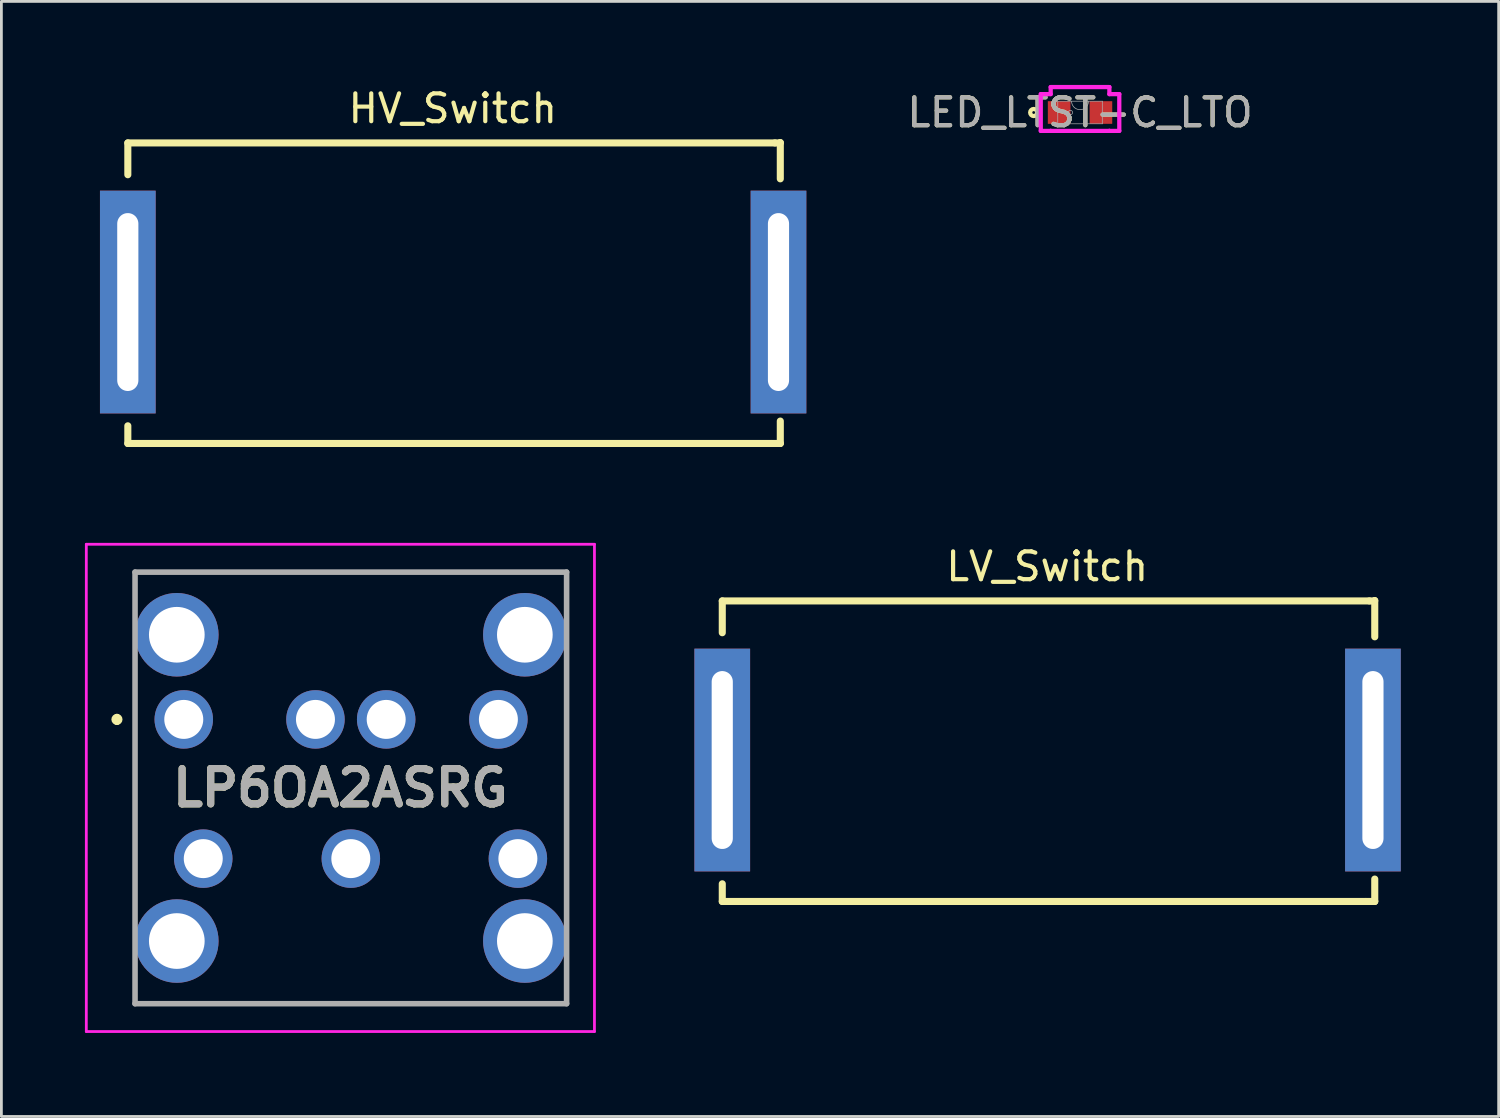
<source format=kicad_pcb>
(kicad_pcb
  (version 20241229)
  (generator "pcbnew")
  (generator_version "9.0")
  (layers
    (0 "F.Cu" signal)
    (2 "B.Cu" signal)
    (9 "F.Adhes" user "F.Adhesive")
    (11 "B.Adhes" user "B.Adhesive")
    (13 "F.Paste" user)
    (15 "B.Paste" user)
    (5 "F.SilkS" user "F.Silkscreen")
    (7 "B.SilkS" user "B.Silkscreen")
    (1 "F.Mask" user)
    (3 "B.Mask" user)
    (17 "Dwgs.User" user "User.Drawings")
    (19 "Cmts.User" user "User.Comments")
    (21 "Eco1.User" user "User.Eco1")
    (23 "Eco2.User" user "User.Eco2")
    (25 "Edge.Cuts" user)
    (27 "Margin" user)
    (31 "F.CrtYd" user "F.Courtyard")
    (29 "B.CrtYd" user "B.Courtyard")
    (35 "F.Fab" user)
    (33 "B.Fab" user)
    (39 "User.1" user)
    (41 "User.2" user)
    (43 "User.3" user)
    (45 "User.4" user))
  (footprint "LP6OA2ASRG"
    (layer "F.Cu")
    (at 3.55 22.788)
    (property "Reference" "LP6OA2ASRG" (at 5.625 2.46 0) (layer "F.SilkS") (effects (font (size 1.27 1.27) (thickness 0.254))))
    (attr through_hole)
    (fp_line (start -2.4 -0.1) (end -2.4 -0.1) (stroke (width 0.2) (type solid)) (layer "F.SilkS"))
    (fp_line (start -2.4 0.1) (end -2.4 0.1) (stroke (width 0.2) (type solid)) (layer "F.SilkS"))
    (fp_line (start -1.75 -5.29) (end 13.75 -5.29) (stroke (width 0.1) (type solid)) (layer "F.SilkS"))
    (fp_line (start -1.75 -4) (end -1.75 -5.29) (stroke (width 0.1) (type solid)) (layer "F.SilkS"))
    (fp_line (start -1.75 -2) (end -1.75 7) (stroke (width 0.1) (type solid)) (layer "F.SilkS"))
    (fp_line (start -1.75 9) (end -1.75 10) (stroke (width 0.1) (type solid)) (layer "F.SilkS"))
    (fp_line (start -1.75 10) (end -1.75 10.21) (stroke (width 0.1) (type solid)) (layer "F.SilkS"))
    (fp_line (start -1.75 10.21) (end 13.75 10.21) (stroke (width 0.1) (type solid)) (layer "F.SilkS"))
    (fp_line (start 13.75 -5.29) (end 13.75 -4) (stroke (width 0.1) (type solid)) (layer "F.SilkS"))
    (fp_line (start 13.75 -2) (end 13.75 7) (stroke (width 0.1) (type solid)) (layer "F.SilkS"))
    (fp_line (start 13.75 10.21) (end 13.75 9) (stroke (width 0.1) (type solid)) (layer "F.SilkS"))
    (fp_arc (start -2.4 -0.1) (mid -2.3 0) (end -2.4 0.1) (stroke (width 0.2) (type solid)) (layer "F.SilkS"))
    (fp_arc (start -2.4 0.1) (mid -2.5 0) (end -2.4 -0.1) (stroke (width 0.2) (type solid)) (layer "F.SilkS"))
    (fp_line (start -3.5 -6.29) (end 14.75 -6.29) (stroke (width 0.1) (type solid)) (layer "F.CrtYd"))
    (fp_line (start -3.5 11.21) (end -3.5 -6.29) (stroke (width 0.1) (type solid)) (layer "F.CrtYd"))
    (fp_line (start 14.75 -6.29) (end 14.75 11.21) (stroke (width 0.1) (type solid)) (layer "F.CrtYd"))
    (fp_line (start 14.75 11.21) (end -3.5 11.21) (stroke (width 0.1) (type solid)) (layer "F.CrtYd"))
    (fp_line (start -1.75 -5.29) (end 13.75 -5.29) (stroke (width 0.2) (type solid)) (layer "F.Fab"))
    (fp_line (start -1.75 10.21) (end -1.75 -5.29) (stroke (width 0.2) (type solid)) (layer "F.Fab"))
    (fp_line (start 13.75 -5.29) (end 13.75 10.21) (stroke (width 0.2) (type solid)) (layer "F.Fab"))
    (fp_line (start 13.75 10.21) (end -1.75 10.21) (stroke (width 0.2) (type solid)) (layer "F.Fab"))
    (fp_text user "${REFERENCE}" (at 5.625 2.46 0) (layer "F.Fab") (effects (font (size 1.27 1.27) (thickness 0.254))))
    (pad "1" thru_hole circle (at 0 0) (size 2.1 2.1) (drill 1.4) (layers "*.Cu" "*.Mask"))
    (pad "2" thru_hole circle (at 0.7 5) (size 2.1 2.1) (drill 1.4) (layers "*.Cu" "*.Mask"))
    (pad "3" thru_hole circle (at 11.3 0) (size 2.1 2.1) (drill 1.4) (layers "*.Cu" "*.Mask"))
    (pad "4" thru_hole circle (at 12 5) (size 2.1 2.1) (drill 1.4) (layers "*.Cu" "*.Mask"))
    (pad "L1" thru_hole circle (at 7.27 0) (size 2.1 2.1) (drill 1.4) (layers "*.Cu" "*.Mask"))
    (pad "L2" thru_hole circle (at 4.73 0) (size 2.1 2.1) (drill 1.4) (layers "*.Cu" "*.Mask"))
    (pad "LC1" thru_hole circle (at 6 5) (size 2.1 2.1) (drill 1.4) (layers "*.Cu" "*.Mask"))
    (pad "MH1" thru_hole circle (at -0.25 -3.04) (size 3 3) (drill 2) (layers "*.Cu" "*.Mask"))
    (pad "MH2" thru_hole circle (at -0.25 7.96) (size 3 3) (drill 2) (layers "*.Cu" "*.Mask"))
    (pad "MH3" thru_hole circle (at 12.25 7.96) (size 3 3) (drill 2) (layers "*.Cu" "*.Mask"))
    (pad "MH4" thru_hole circle (at 12.25 -3.04) (size 3 3) (drill 2) (layers "*.Cu" "*.Mask")))
  (footprint "HV_Switch"
    (layer "F.Cu")
    (at 13.225 7.798)
    (property "Reference" "HV_Switch" (at -0.013 -6.95 0) (layer "F.SilkS") (effects (font (size 1 1) (thickness 0.15))))
    (fp_line (start -11.684 -5.715) (end 11.557 -5.715) (stroke (width 0.254) (type solid)) (layer "F.SilkS"))
    (fp_line (start -11.684 -4.572) (end -11.684 -5.715) (stroke (width 0.254) (type solid)) (layer "F.SilkS"))
    (fp_line (start -11.684 5.08) (end -11.684 4.445) (stroke (width 0.254) (type solid)) (layer "F.SilkS"))
    (fp_line (start -11.684 5.08) (end 11.43 5.08) (stroke (width 0.254) (type solid)) (layer "F.SilkS"))
    (fp_line (start 11.43 5.08) (end 11.745 5.08) (stroke (width 0.254) (type solid)) (layer "F.SilkS"))
    (fp_line (start 11.557 -5.715) (end 11.74 -5.715) (stroke (width 0.254) (type solid)) (layer "F.SilkS"))
    (fp_line (start 11.74 -5.715) (end 11.75 -5.725) (stroke (width 0.254) (type solid)) (layer "F.SilkS"))
    (fp_line (start 11.745 5.08) (end 11.75 5.075) (stroke (width 0.254) (type solid)) (layer "F.SilkS"))
    (fp_line (start 11.75 -4.425) (end 11.75 -5.725) (stroke (width 0.254) (type solid)) (layer "F.SilkS"))
    (fp_line (start 11.75 5.075) (end 11.75 4.275) (stroke (width 0.254) (type solid)) (layer "F.SilkS"))
    (fp_line (start -11.684 -5.715) (end 11.75 -5.715) (stroke (width 0.254) (type solid)) (layer "User.2"))
    (fp_line (start -11.684 5.08) (end -11.684 -5.715) (stroke (width 0.254) (type solid)) (layer "User.2"))
    (fp_line (start -11.684 5.08) (end 11.75 5.08) (stroke (width 0.254) (type solid)) (layer "User.2"))
    (fp_line (start 11.75 5.08) (end 11.75 -5.715) (stroke (width 0.254) (type solid)) (layer "User.2"))
    (fp_circle (center -10.842 -5.067) (end -10.842 -5.116) (stroke (width 0.254) (type solid)) (fill no) (layer "User.2"))
    (fp_line (start -13.075 -6.1) (end -11.675 -6.1) (stroke (width 0.3) (type solid)) (layer "User.4"))
    (fp_line (start -13.075 -5.725) (end -13.075 -6.1) (stroke (width 0.3) (type solid)) (layer "User.4"))
    (fp_line (start -13.075 5) (end -13.075 -5.725) (stroke (width 0.3) (type solid)) (layer "User.4"))
    (fp_line (start -13.075 5.4) (end -13.075 5) (stroke (width 0.3) (type solid)) (layer "User.4"))
    (fp_line (start -13.075 5.4) (end -11.7 5.4) (stroke (width 0.3) (type solid)) (layer "User.4"))
    (fp_line (start -11.7 5.4) (end 11.825 5.4) (stroke (width 0.3) (type solid)) (layer "User.4"))
    (fp_line (start -11.675 -6.1) (end 11.75 -6.1) (stroke (width 0.3) (type solid)) (layer "User.4"))
    (fp_line (start 11.75 -6.1) (end 11.9 -6.1) (stroke (width 0.3) (type solid)) (layer "User.4"))
    (fp_line (start 11.825 5.4) (end 12.275 5.4) (stroke (width 0.3) (type solid)) (layer "User.4"))
    (fp_line (start 11.9 -6.1) (end 13.05 -6.1) (stroke (width 0.3) (type solid)) (layer "User.4"))
    (fp_line (start 12.275 5.4) (end 12.375 5.5) (stroke (width 0.3) (type solid)) (layer "User.4"))
    (fp_line (start 12.375 5.5) (end 13.05 5.5) (stroke (width 0.3) (type solid)) (layer "User.4"))
    (fp_line (start 13.05 -5.7) (end 13.05 -6.1) (stroke (width 0.3) (type solid)) (layer "User.4"))
    (fp_line (start 13.05 5.05) (end 13.05 -5.7) (stroke (width 0.3) (type solid)) (layer "User.4"))
    (fp_line (start 13.05 5.5) (end 13.05 5.05) (stroke (width 0.3) (type solid)) (layer "User.4"))
    (fp_line (start -0.583 0.001) (end 0.624 0.001) (stroke (width 0.3) (type solid)) (layer "User.6"))
    (fp_line (start -0.001 0.574) (end -0.001 -0.633) (stroke (width 0.3) (type solid)) (layer "User.6"))
    (fp_line (start -0.001 0.574) (end 0 0.575) (stroke (width 0.3) (type solid)) (layer "User.6"))
    (pad "1" thru_hole rect (at -11.685 0 90) (size 8 2) (drill oval 6.39 0.76) (layers "*.Cu" "*.Mask"))
    (pad "2" thru_hole rect (at 11.685 0 90) (size 8 2) (drill oval 6.39 0.76) (layers "*.Cu" "*.Mask")))
  (footprint "LV_Switch"
    (layer "F.Cu")
    (at 34.575 24.247)
    (property "Reference" "LV_Switch" (at -0.013 -6.95 0) (layer "F.SilkS") (effects (font (size 1 1) (thickness 0.15))))
    (fp_line (start -11.684 -5.715) (end 11.557 -5.715) (stroke (width 0.254) (type solid)) (layer "F.SilkS"))
    (fp_line (start -11.684 -4.572) (end -11.684 -5.715) (stroke (width 0.254) (type solid)) (layer "F.SilkS"))
    (fp_line (start -11.684 5.08) (end -11.684 4.445) (stroke (width 0.254) (type solid)) (layer "F.SilkS"))
    (fp_line (start -11.684 5.08) (end 11.43 5.08) (stroke (width 0.254) (type solid)) (layer "F.SilkS"))
    (fp_line (start 11.43 5.08) (end 11.745 5.08) (stroke (width 0.254) (type solid)) (layer "F.SilkS"))
    (fp_line (start 11.557 -5.715) (end 11.74 -5.715) (stroke (width 0.254) (type solid)) (layer "F.SilkS"))
    (fp_line (start 11.74 -5.715) (end 11.75 -5.725) (stroke (width 0.254) (type solid)) (layer "F.SilkS"))
    (fp_line (start 11.745 5.08) (end 11.75 5.075) (stroke (width 0.254) (type solid)) (layer "F.SilkS"))
    (fp_line (start 11.75 -4.425) (end 11.75 -5.725) (stroke (width 0.254) (type solid)) (layer "F.SilkS"))
    (fp_line (start 11.75 5.075) (end 11.75 4.275) (stroke (width 0.254) (type solid)) (layer "F.SilkS"))
    (fp_line (start -11.684 -5.715) (end 11.75 -5.715) (stroke (width 0.254) (type solid)) (layer "User.2"))
    (fp_line (start -11.684 5.08) (end -11.684 -5.715) (stroke (width 0.254) (type solid)) (layer "User.2"))
    (fp_line (start -11.684 5.08) (end 11.75 5.08) (stroke (width 0.254) (type solid)) (layer "User.2"))
    (fp_line (start 11.75 5.08) (end 11.75 -5.715) (stroke (width 0.254) (type solid)) (layer "User.2"))
    (fp_circle (center -10.842 -5.067) (end -10.842 -5.116) (stroke (width 0.254) (type solid)) (fill no) (layer "User.2"))
    (fp_line (start -13.075 -6.1) (end -11.675 -6.1) (stroke (width 0.3) (type solid)) (layer "User.4"))
    (fp_line (start -13.075 -5.725) (end -13.075 -6.1) (stroke (width 0.3) (type solid)) (layer "User.4"))
    (fp_line (start -13.075 5) (end -13.075 -5.725) (stroke (width 0.3) (type solid)) (layer "User.4"))
    (fp_line (start -13.075 5.4) (end -13.075 5) (stroke (width 0.3) (type solid)) (layer "User.4"))
    (fp_line (start -13.075 5.4) (end -11.7 5.4) (stroke (width 0.3) (type solid)) (layer "User.4"))
    (fp_line (start -11.7 5.4) (end 11.825 5.4) (stroke (width 0.3) (type solid)) (layer "User.4"))
    (fp_line (start -11.675 -6.1) (end 11.75 -6.1) (stroke (width 0.3) (type solid)) (layer "User.4"))
    (fp_line (start 11.75 -6.1) (end 11.9 -6.1) (stroke (width 0.3) (type solid)) (layer "User.4"))
    (fp_line (start 11.825 5.4) (end 12.275 5.4) (stroke (width 0.3) (type solid)) (layer "User.4"))
    (fp_line (start 11.9 -6.1) (end 13.05 -6.1) (stroke (width 0.3) (type solid)) (layer "User.4"))
    (fp_line (start 12.275 5.4) (end 12.375 5.5) (stroke (width 0.3) (type solid)) (layer "User.4"))
    (fp_line (start 12.375 5.5) (end 13.05 5.5) (stroke (width 0.3) (type solid)) (layer "User.4"))
    (fp_line (start 13.05 -5.7) (end 13.05 -6.1) (stroke (width 0.3) (type solid)) (layer "User.4"))
    (fp_line (start 13.05 5.05) (end 13.05 -5.7) (stroke (width 0.3) (type solid)) (layer "User.4"))
    (fp_line (start 13.05 5.5) (end 13.05 5.05) (stroke (width 0.3) (type solid)) (layer "User.4"))
    (fp_line (start -0.583 0.001) (end 0.624 0.001) (stroke (width 0.3) (type solid)) (layer "User.6"))
    (fp_line (start -0.001 0.574) (end -0.001 -0.633) (stroke (width 0.3) (type solid)) (layer "User.6"))
    (fp_line (start -0.001 0.574) (end 0 0.575) (stroke (width 0.3) (type solid)) (layer "User.6"))
    (pad "1" thru_hole rect (at -11.685 0 90) (size 8 2) (drill oval 6.39 0.76) (layers "*.Cu" "*.Mask"))
    (pad "2" thru_hole rect (at 11.685 0 90) (size 8 2) (drill oval 6.39 0.76) (layers "*.Cu" "*.Mask")))
  (footprint "LED_LTST-C_LTO"
    (layer "F.Cu")
    (at 35.74 0.991)
    (property "Reference" "LED_LTST-C_LTO" (at 0 0 0) (unlocked yes) (layer "F.SilkS") (effects (font (size 1 1) (thickness 0.15))))
    (attr smd)
    (fp_circle (center -1.664 0) (end -1.537 0) (stroke (width 0.152) (type solid)) (fill no) (layer "F.SilkS"))
    (fp_line (start -1.41 -0.66) (end -1.054 -0.66) (stroke (width 0.152) (type solid)) (layer "F.CrtYd"))
    (fp_line (start -1.41 0.66) (end -1.41 -0.66) (stroke (width 0.152) (type solid)) (layer "F.CrtYd"))
    (fp_line (start -1.41 0.66) (end -1.054 0.66) (stroke (width 0.152) (type solid)) (layer "F.CrtYd"))
    (fp_line (start -1.054 -0.914) (end 1.054 -0.914) (stroke (width 0.152) (type solid)) (layer "F.CrtYd"))
    (fp_line (start -1.054 -0.66) (end -1.054 -0.914) (stroke (width 0.152) (type solid)) (layer "F.CrtYd"))
    (fp_line (start -1.054 0.66) (end -1.054 0.66) (stroke (width 0.152) (type solid)) (layer "F.CrtYd"))
    (fp_line (start 1.054 -0.914) (end 1.054 -0.66) (stroke (width 0.152) (type solid)) (layer "F.CrtYd"))
    (fp_line (start 1.054 0.66) (end -1.054 0.66) (stroke (width 0.152) (type solid)) (layer "F.CrtYd"))
    (fp_line (start 1.054 0.66) (end 1.054 0.66) (stroke (width 0.152) (type solid)) (layer "F.CrtYd"))
    (fp_line (start 1.41 -0.66) (end 1.054 -0.66) (stroke (width 0.152) (type solid)) (layer "F.CrtYd"))
    (fp_line (start 1.41 -0.66) (end 1.41 0.66) (stroke (width 0.152) (type solid)) (layer "F.CrtYd"))
    (fp_line (start 1.41 0.66) (end 1.054 0.66) (stroke (width 0.152) (type solid)) (layer "F.CrtYd"))
    (fp_line (start -0.8 -0.406) (end -0.8 0.406) (stroke (width 0.025) (type solid)) (layer "F.Fab"))
    (fp_line (start -0.8 0.406) (end 0.8 0.406) (stroke (width 0.025) (type solid)) (layer "F.Fab"))
    (fp_line (start 0.8 -0.406) (end -0.8 -0.406) (stroke (width 0.025) (type solid)) (layer "F.Fab"))
    (fp_line (start 0.8 0.406) (end 0.8 -0.406) (stroke (width 0.025) (type solid)) (layer "F.Fab"))
    (fp_arc (start 0.3048 -0.4064) (mid 0 -0.1016) (end -0.3048 -0.4064) (stroke (width 0.0254) (type solid)) (layer "F.Fab"))
    (fp_circle (center -0.344 0) (end -0.267 0) (stroke (width 0.025) (type solid)) (fill no) (layer "F.Fab"))
    (fp_text user "${REFERENCE}" (at 0 0 0) (unlocked yes) (layer "F.Fab") (effects (font (size 1 1) (thickness 0.15))))
    (pad "1" smd rect (at -0.75 0) (size 0.813 0.813) (layers "F.Cu" "F.Mask" "F.Paste"))
    (pad "2" smd rect (at 0.75 0) (size 0.813 0.813) (layers "F.Cu" "F.Mask" "F.Paste")))
  (gr_rect
    (start -3 -3)
    (end 50.775 37.048)
    (stroke (width 0.1) (type default))
    (fill no)
    (layer "Edge.Cuts")))
</source>
